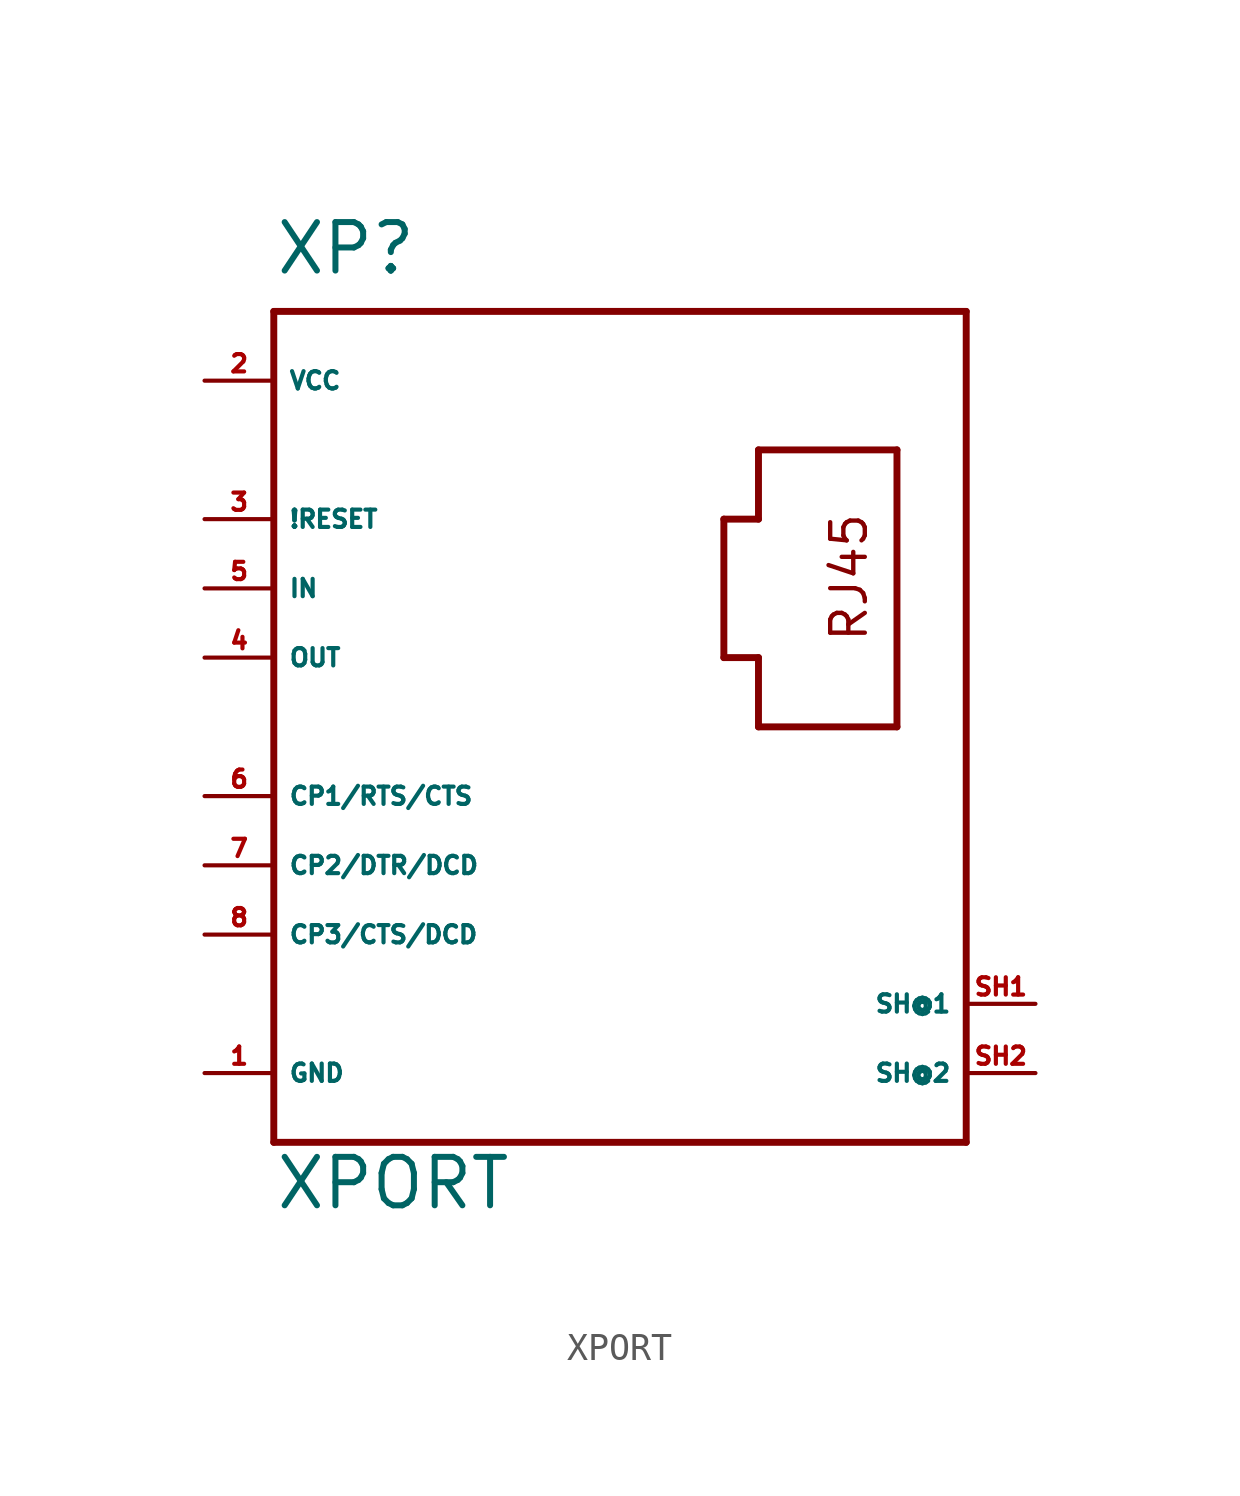
<source format=kicad_sym>
(kicad_symbol_lib
  (version 20220914)
  (generator Eagle2Kicad)
  (symbol "XPORT"
    (property "Reference" "XP"
      (at -12.7 16.51 0)
      (effects (font (size 1.778 1.778) (thickness 0.22)) (justify left bottom)))
    (property "Value" "XPORT"
      (at -12.7 -17.78 0)
      (effects (font (size 1.778 1.778) (thickness 0.22)) (justify left bottom)))
    (polyline
      (pts (xy -12.7 15.24) (xy -12.7 -15.24))
      (stroke (width 0.254) (type default))
      (fill (type none)))
    (polyline
      (pts (xy -12.7 -15.24) (xy 12.7 -15.24))
      (stroke (width 0.254) (type default))
      (fill (type none)))
    (polyline
      (pts (xy 12.7 -15.24) (xy 12.7 15.24))
      (stroke (width 0.254) (type default))
      (fill (type none)))
    (polyline
      (pts (xy 12.7 15.24) (xy -12.7 15.24))
      (stroke (width 0.254) (type default))
      (fill (type none)))
    (polyline
      (pts (xy 10.16 10.16) (xy 10.16 0))
      (stroke (width 0.254) (type default))
      (fill (type none)))
    (polyline
      (pts (xy 10.16 0) (xy 5.08 0))
      (stroke (width 0.254) (type default))
      (fill (type none)))
    (polyline
      (pts (xy 5.08 0) (xy 5.08 2.54))
      (stroke (width 0.254) (type default))
      (fill (type none)))
    (polyline
      (pts (xy 5.08 2.54) (xy 3.81 2.54))
      (stroke (width 0.254) (type default))
      (fill (type none)))
    (polyline
      (pts (xy 3.81 2.54) (xy 3.81 7.62))
      (stroke (width 0.254) (type default))
      (fill (type none)))
    (polyline
      (pts (xy 3.81 7.62) (xy 5.08 7.62))
      (stroke (width 0.254) (type default))
      (fill (type none)))
    (polyline
      (pts (xy 5.08 7.62) (xy 5.08 10.16))
      (stroke (width 0.254) (type default))
      (fill (type none)))
    (polyline
      (pts (xy 5.08 10.16) (xy 10.16 10.16))
      (stroke (width 0.254) (type default))
      (fill (type none)))
    (text "RJ45"
      (at 9.144 3.048 900)
      (effects (font (size 1.27 1.27) (thickness 0.16)) (justify left bottom)))
    (pin unspecified line
      (at -15.24 -12.7 0)
      (length 2.54)
      (name "GND" (effects (font (size 0.635 0.635) (thickness 0.08)) (justify left bottom)))
      (number "1" (effects (font (size 0.635 0.635) (thickness 0.08)) (justify left bottom))))
    (pin unspecified line
      (at -15.24 12.7 0)
      (length 2.54)
      (name "VCC" (effects (font (size 0.635 0.635) (thickness 0.08)) (justify left bottom)))
      (number "2" (effects (font (size 0.635 0.635) (thickness 0.08)) (justify left bottom))))
    (pin input line
      (at -15.24 7.62 0)
      (length 2.54)
      (name "!RESET" (effects (font (size 0.635 0.635) (thickness 0.08)) (justify left bottom)))
      (number "3" (effects (font (size 0.635 0.635) (thickness 0.08)) (justify left bottom))))
    (pin output line
      (at -15.24 2.54 0)
      (length 2.54)
      (name "OUT" (effects (font (size 0.635 0.635) (thickness 0.08)) (justify left bottom)))
      (number "4" (effects (font (size 0.635 0.635) (thickness 0.08)) (justify left bottom))))
    (pin input line
      (at -15.24 5.08 0)
      (length 2.54)
      (name "IN" (effects (font (size 0.635 0.635) (thickness 0.08)) (justify left bottom)))
      (number "5" (effects (font (size 0.635 0.635) (thickness 0.08)) (justify left bottom))))
    (pin bidirectional line
      (at -15.24 -2.54 0)
      (length 2.54)
      (name "CP1/RTS/CTS" (effects (font (size 0.635 0.635) (thickness 0.08)) (justify left bottom)))
      (number "6" (effects (font (size 0.635 0.635) (thickness 0.08)) (justify left bottom))))
    (pin bidirectional line
      (at -15.24 -5.08 0)
      (length 2.54)
      (name "CP2/DTR/DCD" (effects (font (size 0.635 0.635) (thickness 0.08)) (justify left bottom)))
      (number "7" (effects (font (size 0.635 0.635) (thickness 0.08)) (justify left bottom))))
    (pin bidirectional line
      (at -15.24 -7.62 0)
      (length 2.54)
      (name "CP3/CTS/DCD" (effects (font (size 0.635 0.635) (thickness 0.08)) (justify left bottom)))
      (number "8" (effects (font (size 0.635 0.635) (thickness 0.08)) (justify left bottom))))
    (pin passive line
      (at 15.24 -10.16 180)
      (length 2.54)
      (name "SH@1" (effects (font (size 0.635 0.635) (thickness 0.08)) (justify left bottom)))
      (number "SH1" (effects (font (size 0.635 0.635) (thickness 0.08)) (justify left bottom))))
    (pin passive line
      (at 15.24 -12.7 180)
      (length 2.54)
      (name "SH@2" (effects (font (size 0.635 0.635) (thickness 0.08)) (justify left bottom)))
      (number "SH2" (effects (font (size 0.635 0.635) (thickness 0.08)) (justify left bottom))))))
</source>
